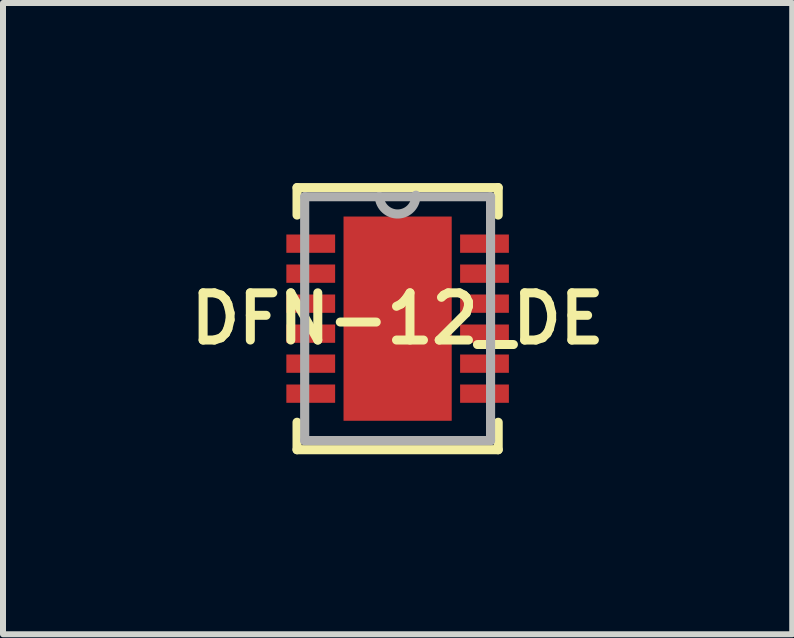
<source format=kicad_pcb>
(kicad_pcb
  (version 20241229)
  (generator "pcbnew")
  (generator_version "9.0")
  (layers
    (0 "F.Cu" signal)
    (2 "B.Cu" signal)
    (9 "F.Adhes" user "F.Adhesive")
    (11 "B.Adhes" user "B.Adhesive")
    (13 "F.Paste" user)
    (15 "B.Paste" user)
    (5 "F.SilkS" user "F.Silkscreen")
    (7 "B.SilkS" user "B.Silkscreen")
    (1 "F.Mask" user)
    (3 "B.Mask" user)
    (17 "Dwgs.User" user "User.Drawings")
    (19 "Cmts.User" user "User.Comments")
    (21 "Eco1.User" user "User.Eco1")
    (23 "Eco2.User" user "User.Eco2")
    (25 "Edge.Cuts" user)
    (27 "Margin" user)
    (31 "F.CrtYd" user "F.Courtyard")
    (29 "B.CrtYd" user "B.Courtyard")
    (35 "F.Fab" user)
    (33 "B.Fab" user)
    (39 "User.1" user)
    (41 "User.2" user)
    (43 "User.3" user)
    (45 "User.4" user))
  (footprint "DFN-12_DE"
    (layer "F.Cu")
    (at 3.577 2.261)
    (property "Reference" "DFN-12_DE" (at 0 0 0) (layer "F.SilkS") (effects (font (size 0.787 0.787) (thickness 0.15))))
    (attr smd)
    (fp_line (start -1.676 -2.184) (end -1.676 -1.727) (stroke (width 0.152) (type solid)) (layer "F.SilkS"))
    (fp_line (start -1.676 1.727) (end -1.676 2.184) (stroke (width 0.152) (type solid)) (layer "F.SilkS"))
    (fp_line (start -1.676 2.184) (end 1.676 2.184) (stroke (width 0.152) (type solid)) (layer "F.SilkS"))
    (fp_line (start 1.676 -2.184) (end -1.676 -2.184) (stroke (width 0.152) (type solid)) (layer "F.SilkS"))
    (fp_line (start 1.676 -1.727) (end 1.676 -2.184) (stroke (width 0.152) (type solid)) (layer "F.SilkS"))
    (fp_line (start 1.676 2.184) (end 1.676 1.727) (stroke (width 0.152) (type solid)) (layer "F.SilkS"))
    (fp_poly (pts (xy -0.802 -1.602) (xy -0.802 -0.1) (xy 0.802 -0.1) (xy 0.802 -1.602)) (stroke (width 0.025) (type solid)) (fill yes) (layer "F.Paste"))
    (fp_poly (pts (xy -0.802 0.1) (xy -0.802 1.602) (xy 0.802 1.602) (xy 0.802 0.1)) (stroke (width 0.025) (type solid)) (fill yes) (layer "F.Paste"))
    (fp_line (start -1.549 -2.032) (end -1.549 2.032) (stroke (width 0.152) (type solid)) (layer "F.Fab"))
    (fp_line (start -1.549 2.032) (end 1.549 2.032) (stroke (width 0.152) (type solid)) (layer "F.Fab"))
    (fp_line (start -0.305 -2.032) (end -1.549 -2.032) (stroke (width 0.152) (type solid)) (layer "F.Fab"))
    (fp_line (start 1.549 -2.032) (end -0.305 -2.032) (stroke (width 0.152) (type solid)) (layer "F.Fab"))
    (fp_line (start 1.549 2.032) (end 1.549 -2.032) (stroke (width 0.152) (type solid)) (layer "F.Fab"))
    (fp_arc (start 0.3048 -2.0574) (mid 0.0127 -1.7399) (end -0.3048 -2.032) (stroke (width 0.1524) (type solid)) (layer "F.Fab"))
    (pad "1" smd rect (at -1.448 -1.25) (size 0.813 0.305) (layers "F.Cu" "F.Mask" "F.Paste"))
    (pad "2" smd rect (at -1.448 -0.75) (size 0.813 0.305) (layers "F.Cu" "F.Mask" "F.Paste"))
    (pad "3" smd rect (at -1.448 -0.25) (size 0.813 0.305) (layers "F.Cu" "F.Mask" "F.Paste"))
    (pad "4" smd rect (at -1.448 0.25) (size 0.813 0.305) (layers "F.Cu" "F.Mask" "F.Paste"))
    (pad "5" smd rect (at -1.448 0.75) (size 0.813 0.305) (layers "F.Cu" "F.Mask" "F.Paste"))
    (pad "6" smd rect (at -1.448 1.25) (size 0.813 0.305) (layers "F.Cu" "F.Mask" "F.Paste"))
    (pad "7" smd rect (at 1.448 1.25) (size 0.813 0.305) (layers "F.Cu" "F.Mask" "F.Paste"))
    (pad "8" smd rect (at 1.448 0.75) (size 0.813 0.305) (layers "F.Cu" "F.Mask" "F.Paste"))
    (pad "9" smd rect (at 1.448 0.25) (size 0.813 0.305) (layers "F.Cu" "F.Mask" "F.Paste"))
    (pad "10" smd rect (at 1.448 -0.25) (size 0.813 0.305) (layers "F.Cu" "F.Mask" "F.Paste"))
    (pad "11" smd rect (at 1.448 -0.75) (size 0.813 0.305) (layers "F.Cu" "F.Mask" "F.Paste"))
    (pad "12" smd rect (at 1.448 -1.25) (size 0.813 0.305) (layers "F.Cu" "F.Mask" "F.Paste"))
    (pad "13" smd rect (at 0 0) (size 1.803 3.404) (layers "F.Cu" "F.Mask")))
  (gr_rect
    (start -3 -3)
    (end 10.154 7.521)
    (stroke (width 0.1) (type default))
    (fill no)
    (layer "Edge.Cuts")))
</source>
